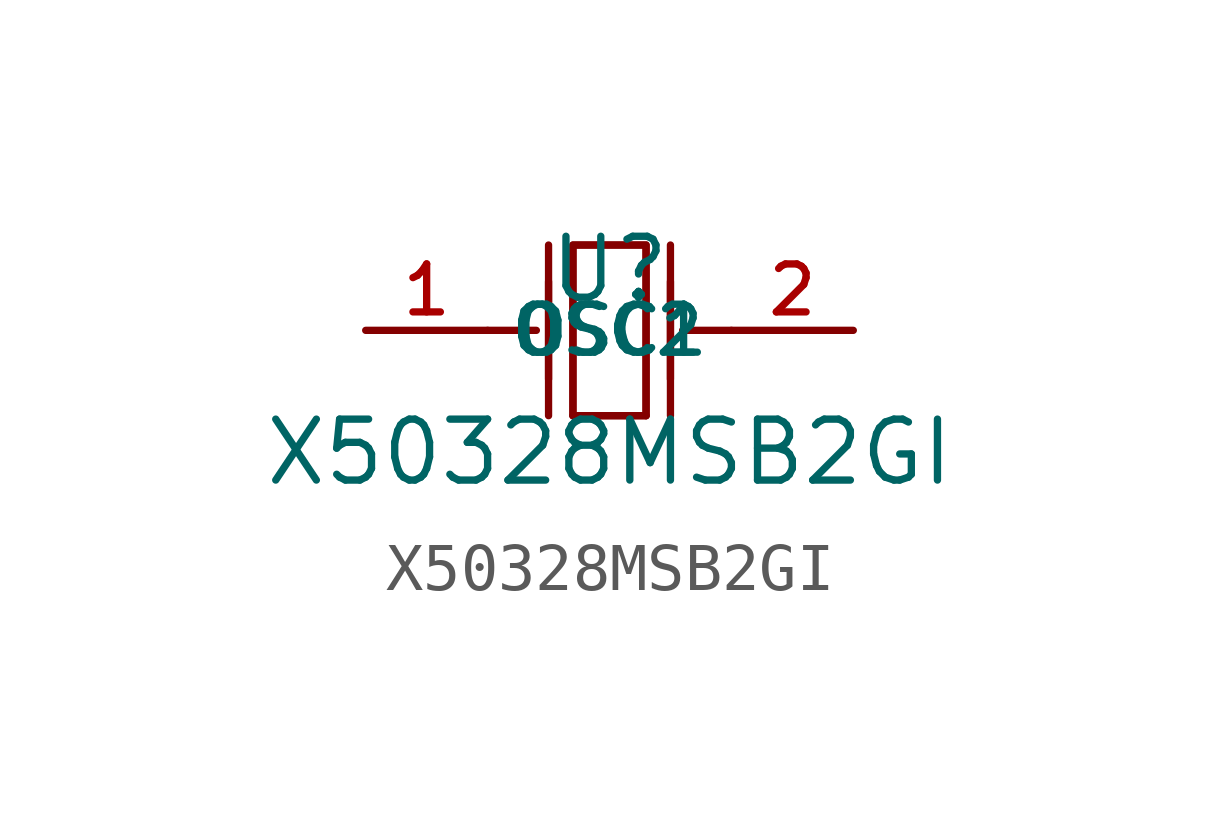
<source format=kicad_sym>
(kicad_symbol_lib
  (version 20210201)
  (generator TousstNicolas/JLC2KiCad_lib)
  (symbol "X50328MSB2GI"
    (property "Reference" "U"
      (at 0 1.27 0)
      (effects (font (size 1.27 1.27))))
    (property "Value" "X50328MSB2GI"
      (at 0 -2.54 0)
      (effects (font (size 1.27 1.27))))
    (symbol "X50328MSB2GI_0_1"
      (pin input line (at -5.08 -0.0 0) (length 2.54) (name "OSC1" (effects (font (size 1 1)))) (number "1" (effects (font (size 1 1)))))
      (pin input line (at 5.08 -0.0 180) (length 2.54) (name "OSC2" (effects (font (size 1 1)))) (number "2" (effects (font (size 1 1)))))
      (polyline (pts (xy -1.27 -1.016) (xy -1.27 1.016)) (stroke (width 0) (type default) (color 0 0 0 0)) (fill (type none)))
      (polyline (pts (xy 0.762 -1.778) (xy -0.762 -1.778)) (stroke (width 0) (type default) (color 0 0 0 0)) (fill (type none)))
      (polyline (pts (xy 1.27 -1.016) (xy 1.27 1.016)) (stroke (width 0) (type default) (color 0 0 0 0)) (fill (type none)))
      (polyline (pts (xy -0.762 -1.778) (xy -0.762 1.778) (xy 0.762 1.778) (xy 0.762 -1.778)) (stroke (width 0) (type default) (color 0 0 0 0)) (fill (type none)))
      (polyline (pts (xy 2.54 -0.0) (xy 1.524 -0.0)) (stroke (width 0) (type default) (color 0 0 0 0)) (fill (type none)))
      (polyline (pts (xy -2.54 -0.0) (xy -1.524 -0.0)) (stroke (width 0) (type default) (color 0 0 0 0)) (fill (type none)))
      (polyline (pts (xy 1.27 -1.778) (xy 1.27 1.778)) (stroke (width 0) (type default) (color 0 0 0 0)) (fill (type none)))
      (polyline (pts (xy -1.27 -1.778) (xy -1.27 1.778)) (stroke (width 0) (type default) (color 0 0 0 0)) (fill (type none)))
      (polyline (pts (xy 0.762 1.778) (xy 0.762 -1.778) (xy -0.762 -1.778) (xy -0.762 1.778) (xy 0.762 1.778)) (stroke (width 0) (type default) (color 0 0 0 0)) (fill (type none))))))
</source>
